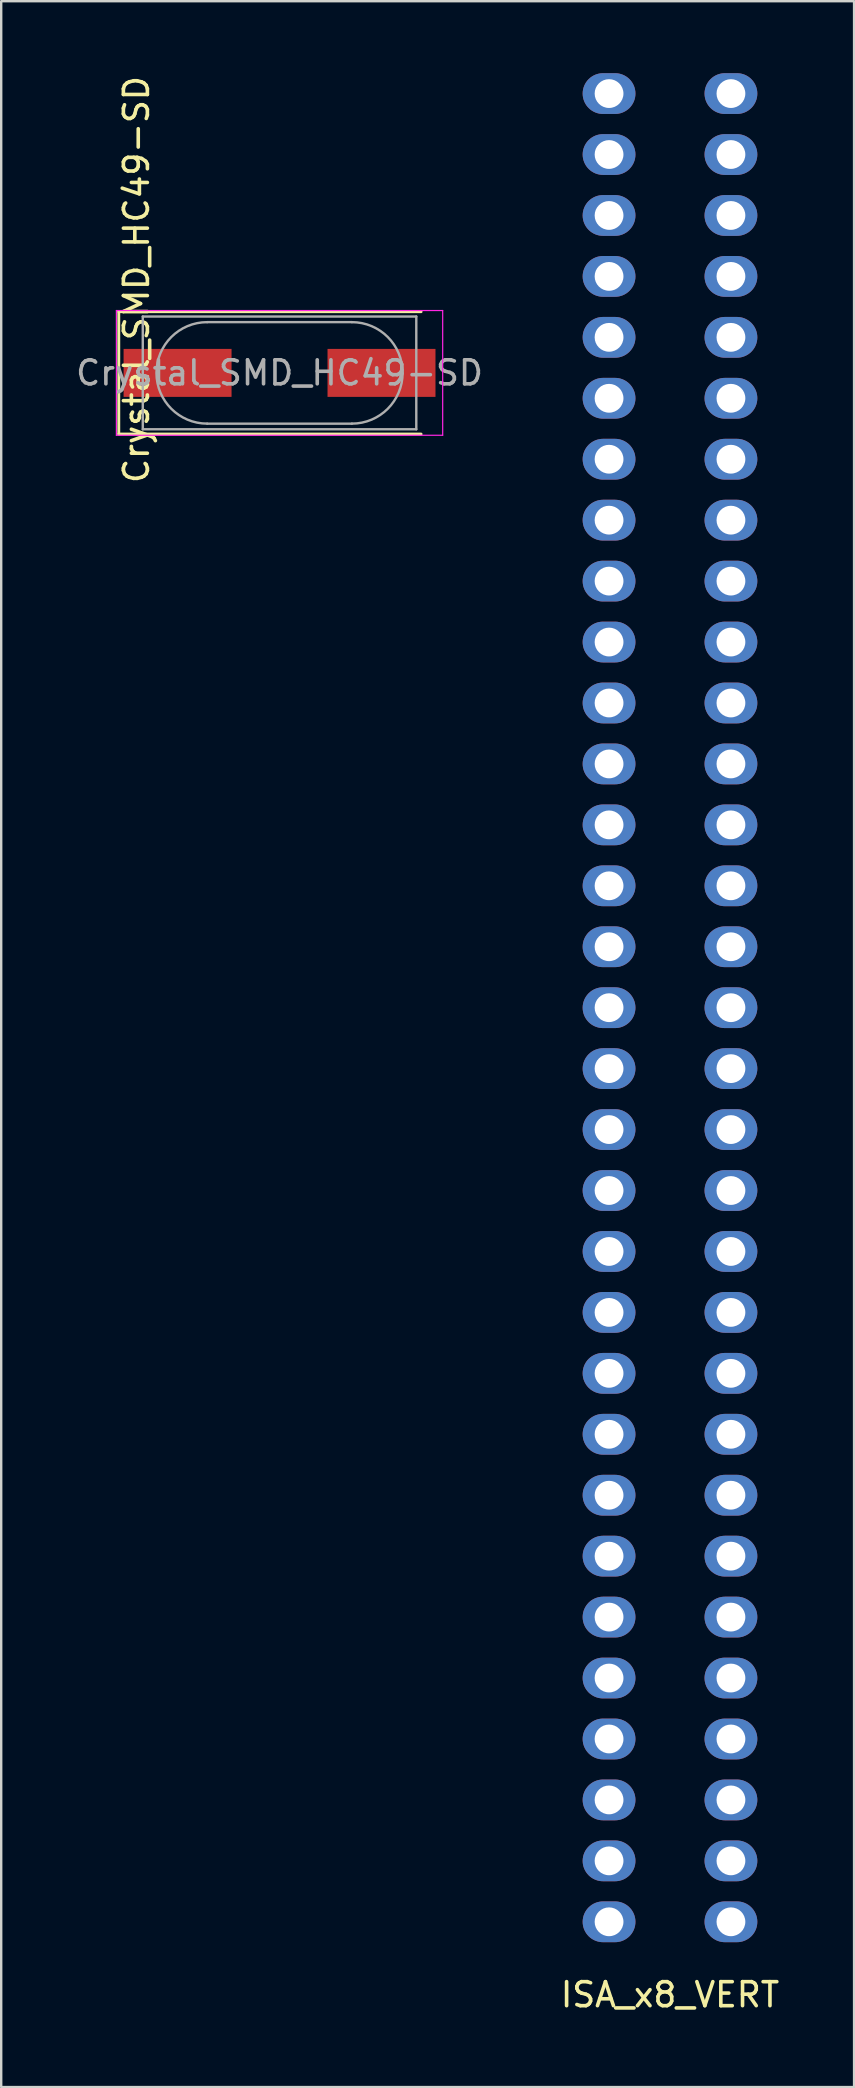
<source format=kicad_pcb>
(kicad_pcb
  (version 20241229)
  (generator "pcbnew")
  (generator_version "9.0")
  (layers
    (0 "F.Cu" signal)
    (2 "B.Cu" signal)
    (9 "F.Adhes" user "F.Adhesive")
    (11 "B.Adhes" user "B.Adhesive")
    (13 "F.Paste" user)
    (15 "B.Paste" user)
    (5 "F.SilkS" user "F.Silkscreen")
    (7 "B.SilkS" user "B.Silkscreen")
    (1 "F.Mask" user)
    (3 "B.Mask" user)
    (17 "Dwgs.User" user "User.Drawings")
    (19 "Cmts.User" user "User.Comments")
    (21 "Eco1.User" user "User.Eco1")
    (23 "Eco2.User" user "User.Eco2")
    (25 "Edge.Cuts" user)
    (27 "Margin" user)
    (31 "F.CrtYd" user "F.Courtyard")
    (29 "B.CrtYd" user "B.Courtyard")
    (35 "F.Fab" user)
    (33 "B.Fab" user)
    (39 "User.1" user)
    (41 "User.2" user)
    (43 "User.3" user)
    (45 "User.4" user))
  (footprint "ISA_x8_VERT"
    (layer "F.Cu")
    (at 24.875 36.41)
    (property "Reference" "ISA_x8_VERT" (at 0 43.68 0) (layer "F.SilkS") (effects (font (size 1 1) (thickness 0.15))))
    (attr through_hole)
    (pad "A1" thru_hole oval (at 2.54 -35.56) (size 2.2 1.7) (drill 1.2) (layers "*.Cu" "*.Mask"))
    (pad "A2" thru_hole oval (at 2.54 -33.02) (size 2.2 1.7) (drill 1.2) (layers "*.Cu" "*.Mask"))
    (pad "A3" thru_hole oval (at 2.54 -30.48) (size 2.2 1.7) (drill 1.2) (layers "*.Cu" "*.Mask"))
    (pad "A4" thru_hole oval (at 2.54 -27.94) (size 2.2 1.7) (drill 1.2) (layers "*.Cu" "*.Mask"))
    (pad "A5" thru_hole oval (at 2.54 -25.4) (size 2.2 1.7) (drill 1.2) (layers "*.Cu" "*.Mask"))
    (pad "A6" thru_hole oval (at 2.54 -22.86) (size 2.2 1.7) (drill 1.2) (layers "*.Cu" "*.Mask"))
    (pad "A7" thru_hole oval (at 2.54 -20.32) (size 2.2 1.7) (drill 1.2) (layers "*.Cu" "*.Mask"))
    (pad "A8" thru_hole oval (at 2.54 -17.78) (size 2.2 1.7) (drill 1.2) (layers "*.Cu" "*.Mask"))
    (pad "A9" thru_hole oval (at 2.54 -15.24) (size 2.2 1.7) (drill 1.2) (layers "*.Cu" "*.Mask"))
    (pad "A10" thru_hole oval (at 2.54 -12.7) (size 2.2 1.7) (drill 1.2) (layers "*.Cu" "*.Mask"))
    (pad "A11" thru_hole oval (at 2.54 -10.16) (size 2.2 1.7) (drill 1.2) (layers "*.Cu" "*.Mask"))
    (pad "A12" thru_hole oval (at 2.54 -7.62) (size 2.2 1.7) (drill 1.2) (layers "*.Cu" "*.Mask"))
    (pad "A13" thru_hole oval (at 2.54 -5.08) (size 2.2 1.7) (drill 1.2) (layers "*.Cu" "*.Mask"))
    (pad "A14" thru_hole oval (at 2.54 -2.54) (size 2.2 1.7) (drill 1.2) (layers "*.Cu" "*.Mask"))
    (pad "A15" thru_hole oval (at 2.54 0) (size 2.2 1.7) (drill 1.2) (layers "*.Cu" "*.Mask"))
    (pad "A16" thru_hole oval (at 2.54 2.54) (size 2.2 1.7) (drill 1.2) (layers "*.Cu" "*.Mask"))
    (pad "A17" thru_hole oval (at 2.54 5.08) (size 2.2 1.7) (drill 1.2) (layers "*.Cu" "*.Mask"))
    (pad "A18" thru_hole oval (at 2.54 7.62) (size 2.2 1.7) (drill 1.2) (layers "*.Cu" "*.Mask"))
    (pad "A19" thru_hole oval (at 2.54 10.16) (size 2.2 1.7) (drill 1.2) (layers "*.Cu" "*.Mask"))
    (pad "A20" thru_hole oval (at 2.54 12.7) (size 2.2 1.7) (drill 1.2) (layers "*.Cu" "*.Mask"))
    (pad "A21" thru_hole oval (at 2.54 15.24) (size 2.2 1.7) (drill 1.2) (layers "*.Cu" "*.Mask"))
    (pad "A22" thru_hole oval (at 2.54 17.78) (size 2.2 1.7) (drill 1.2) (layers "*.Cu" "*.Mask"))
    (pad "A23" thru_hole oval (at 2.54 20.32) (size 2.2 1.7) (drill 1.2) (layers "*.Cu" "*.Mask"))
    (pad "A24" thru_hole oval (at 2.54 22.86) (size 2.2 1.7) (drill 1.2) (layers "*.Cu" "*.Mask"))
    (pad "A25" thru_hole oval (at 2.54 25.4) (size 2.2 1.7) (drill 1.2) (layers "*.Cu" "*.Mask"))
    (pad "A26" thru_hole oval (at 2.54 27.94) (size 2.2 1.7) (drill 1.2) (layers "*.Cu" "*.Mask"))
    (pad "A27" thru_hole oval (at 2.54 30.48) (size 2.2 1.7) (drill 1.2) (layers "*.Cu" "*.Mask"))
    (pad "A28" thru_hole oval (at 2.54 33.02) (size 2.2 1.7) (drill 1.2) (layers "*.Cu" "*.Mask"))
    (pad "A29" thru_hole oval (at 2.54 35.56) (size 2.2 1.7) (drill 1.2) (layers "*.Cu" "*.Mask"))
    (pad "A30" thru_hole oval (at 2.54 38.1) (size 2.2 1.7) (drill 1.2) (layers "*.Cu" "*.Mask"))
    (pad "A31" thru_hole oval (at 2.54 40.64) (size 2.2 1.7) (drill 1.2) (layers "*.Cu" "*.Mask"))
    (pad "B1" thru_hole oval (at -2.54 -35.56) (size 2.2 1.7) (drill 1.2) (layers "*.Cu" "*.Mask"))
    (pad "B2" thru_hole oval (at -2.54 -33.02) (size 2.2 1.7) (drill 1.2) (layers "*.Cu" "*.Mask"))
    (pad "B3" thru_hole oval (at -2.54 -30.48) (size 2.2 1.7) (drill 1.2) (layers "*.Cu" "*.Mask"))
    (pad "B4" thru_hole oval (at -2.54 -27.94) (size 2.2 1.7) (drill 1.2) (layers "*.Cu" "*.Mask"))
    (pad "B5" thru_hole oval (at -2.54 -25.4) (size 2.2 1.7) (drill 1.2) (layers "*.Cu" "*.Mask"))
    (pad "B6" thru_hole oval (at -2.54 -22.86) (size 2.2 1.7) (drill 1.2) (layers "*.Cu" "*.Mask"))
    (pad "B7" thru_hole oval (at -2.54 -20.32) (size 2.2 1.7) (drill 1.2) (layers "*.Cu" "*.Mask"))
    (pad "B8" thru_hole oval (at -2.54 -17.78) (size 2.2 1.7) (drill 1.2) (layers "*.Cu" "*.Mask"))
    (pad "B9" thru_hole oval (at -2.54 -15.24) (size 2.2 1.7) (drill 1.2) (layers "*.Cu" "*.Mask"))
    (pad "B10" thru_hole oval (at -2.54 -12.7) (size 2.2 1.7) (drill 1.2) (layers "*.Cu" "*.Mask"))
    (pad "B11" thru_hole oval (at -2.54 -10.16) (size 2.2 1.7) (drill 1.2) (layers "*.Cu" "*.Mask"))
    (pad "B12" thru_hole oval (at -2.54 -7.62) (size 2.2 1.7) (drill 1.2) (layers "*.Cu" "*.Mask"))
    (pad "B13" thru_hole oval (at -2.54 -5.08) (size 2.2 1.7) (drill 1.2) (layers "*.Cu" "*.Mask"))
    (pad "B14" thru_hole oval (at -2.54 -2.54) (size 2.2 1.7) (drill 1.2) (layers "*.Cu" "*.Mask"))
    (pad "B15" thru_hole oval (at -2.54 0) (size 2.2 1.7) (drill 1.2) (layers "*.Cu" "*.Mask"))
    (pad "B16" thru_hole oval (at -2.54 2.54) (size 2.2 1.7) (drill 1.2) (layers "*.Cu" "*.Mask"))
    (pad "B17" thru_hole oval (at -2.54 5.08) (size 2.2 1.7) (drill 1.2) (layers "*.Cu" "*.Mask"))
    (pad "B18" thru_hole oval (at -2.54 7.62) (size 2.2 1.7) (drill 1.2) (layers "*.Cu" "*.Mask"))
    (pad "B19" thru_hole oval (at -2.54 10.16) (size 2.2 1.7) (drill 1.2) (layers "*.Cu" "*.Mask"))
    (pad "B20" thru_hole oval (at -2.54 12.7) (size 2.2 1.7) (drill 1.2) (layers "*.Cu" "*.Mask"))
    (pad "B21" thru_hole oval (at -2.54 15.24) (size 2.2 1.7) (drill 1.2) (layers "*.Cu" "*.Mask"))
    (pad "B22" thru_hole oval (at -2.54 17.78) (size 2.2 1.7) (drill 1.2) (layers "*.Cu" "*.Mask"))
    (pad "B23" thru_hole oval (at -2.54 20.32) (size 2.2 1.7) (drill 1.2) (layers "*.Cu" "*.Mask"))
    (pad "B24" thru_hole oval (at -2.54 22.86) (size 2.2 1.7) (drill 1.2) (layers "*.Cu" "*.Mask"))
    (pad "B25" thru_hole oval (at -2.54 25.4) (size 2.2 1.7) (drill 1.2) (layers "*.Cu" "*.Mask"))
    (pad "B26" thru_hole oval (at -2.54 27.94) (size 2.2 1.7) (drill 1.2) (layers "*.Cu" "*.Mask"))
    (pad "B27" thru_hole oval (at -2.54 30.48) (size 2.2 1.7) (drill 1.2) (layers "*.Cu" "*.Mask"))
    (pad "B28" thru_hole oval (at -2.54 33.02) (size 2.2 1.7) (drill 1.2) (layers "*.Cu" "*.Mask"))
    (pad "B29" thru_hole oval (at -2.54 35.56) (size 2.2 1.7) (drill 1.2) (layers "*.Cu" "*.Mask"))
    (pad "B30" thru_hole oval (at -2.54 38.1) (size 2.2 1.7) (drill 1.2) (layers "*.Cu" "*.Mask"))
    (pad "B31" thru_hole oval (at -2.54 40.64) (size 2.2 1.7) (drill 1.2) (layers "*.Cu" "*.Mask")))
  (footprint "Crystal_SMD_HC49-SD"
    (layer "F.Cu")
    (at 8.601 12.492)
    (property "Reference" "Crystal_SMD_HC49-SD" (at -5.963 -3.89 90) (layer "F.SilkS") (effects (font (size 1 1) (thickness 0.15))))
    (attr smd)
    (fp_line (start -6.7 -2.55) (end -6.7 2.55) (stroke (width 0.12) (type solid)) (layer "F.SilkS"))
    (fp_line (start -6.7 2.55) (end 5.9 2.55) (stroke (width 0.12) (type solid)) (layer "F.SilkS"))
    (fp_line (start 5.9 -2.55) (end -6.7 -2.55) (stroke (width 0.12) (type solid)) (layer "F.SilkS"))
    (fp_line (start -6.8 -2.6) (end -6.8 2.6) (stroke (width 0.05) (type solid)) (layer "F.CrtYd"))
    (fp_line (start -6.8 2.6) (end 6.8 2.6) (stroke (width 0.05) (type solid)) (layer "F.CrtYd"))
    (fp_line (start 6.8 -2.6) (end -6.8 -2.6) (stroke (width 0.05) (type solid)) (layer "F.CrtYd"))
    (fp_line (start 6.8 2.6) (end 6.8 -2.6) (stroke (width 0.05) (type solid)) (layer "F.CrtYd"))
    (fp_line (start -5.7 -2.35) (end -5.7 2.35) (stroke (width 0.1) (type solid)) (layer "F.Fab"))
    (fp_line (start -5.7 2.35) (end 5.7 2.35) (stroke (width 0.1) (type solid)) (layer "F.Fab"))
    (fp_line (start -3.015 -2.115) (end 3.015 -2.115) (stroke (width 0.1) (type solid)) (layer "F.Fab"))
    (fp_line (start -3.015 2.115) (end 3.015 2.115) (stroke (width 0.1) (type solid)) (layer "F.Fab"))
    (fp_line (start 5.7 -2.35) (end -5.7 -2.35) (stroke (width 0.1) (type solid)) (layer "F.Fab"))
    (fp_line (start 5.7 2.35) (end 5.7 -2.35) (stroke (width 0.1) (type solid)) (layer "F.Fab"))
    (fp_arc (start -3.015 2.115) (mid -5.13 0) (end -3.015 -2.115) (stroke (width 0.1) (type solid)) (layer "F.Fab"))
    (fp_arc (start 3.015 -2.115) (mid 5.13 0) (end 3.015 2.115) (stroke (width 0.1) (type solid)) (layer "F.Fab"))
    (fp_text user "${REFERENCE}" (at 0 0 0) (layer "F.Fab") (effects (font (size 1 1) (thickness 0.15))))
    (pad "1" smd rect (at -4.25 0) (size 4.5 2) (layers "F.Cu" "F.Mask" "F.Paste"))
    (pad "2" smd rect (at 4.25 0) (size 4.5 2) (layers "F.Cu" "F.Mask" "F.Paste")))
  (gr_rect
    (start -3 -3)
    (end 32.548 83.938)
    (stroke (width 0.1) (type default))
    (fill no)
    (layer "Edge.Cuts")))
</source>
